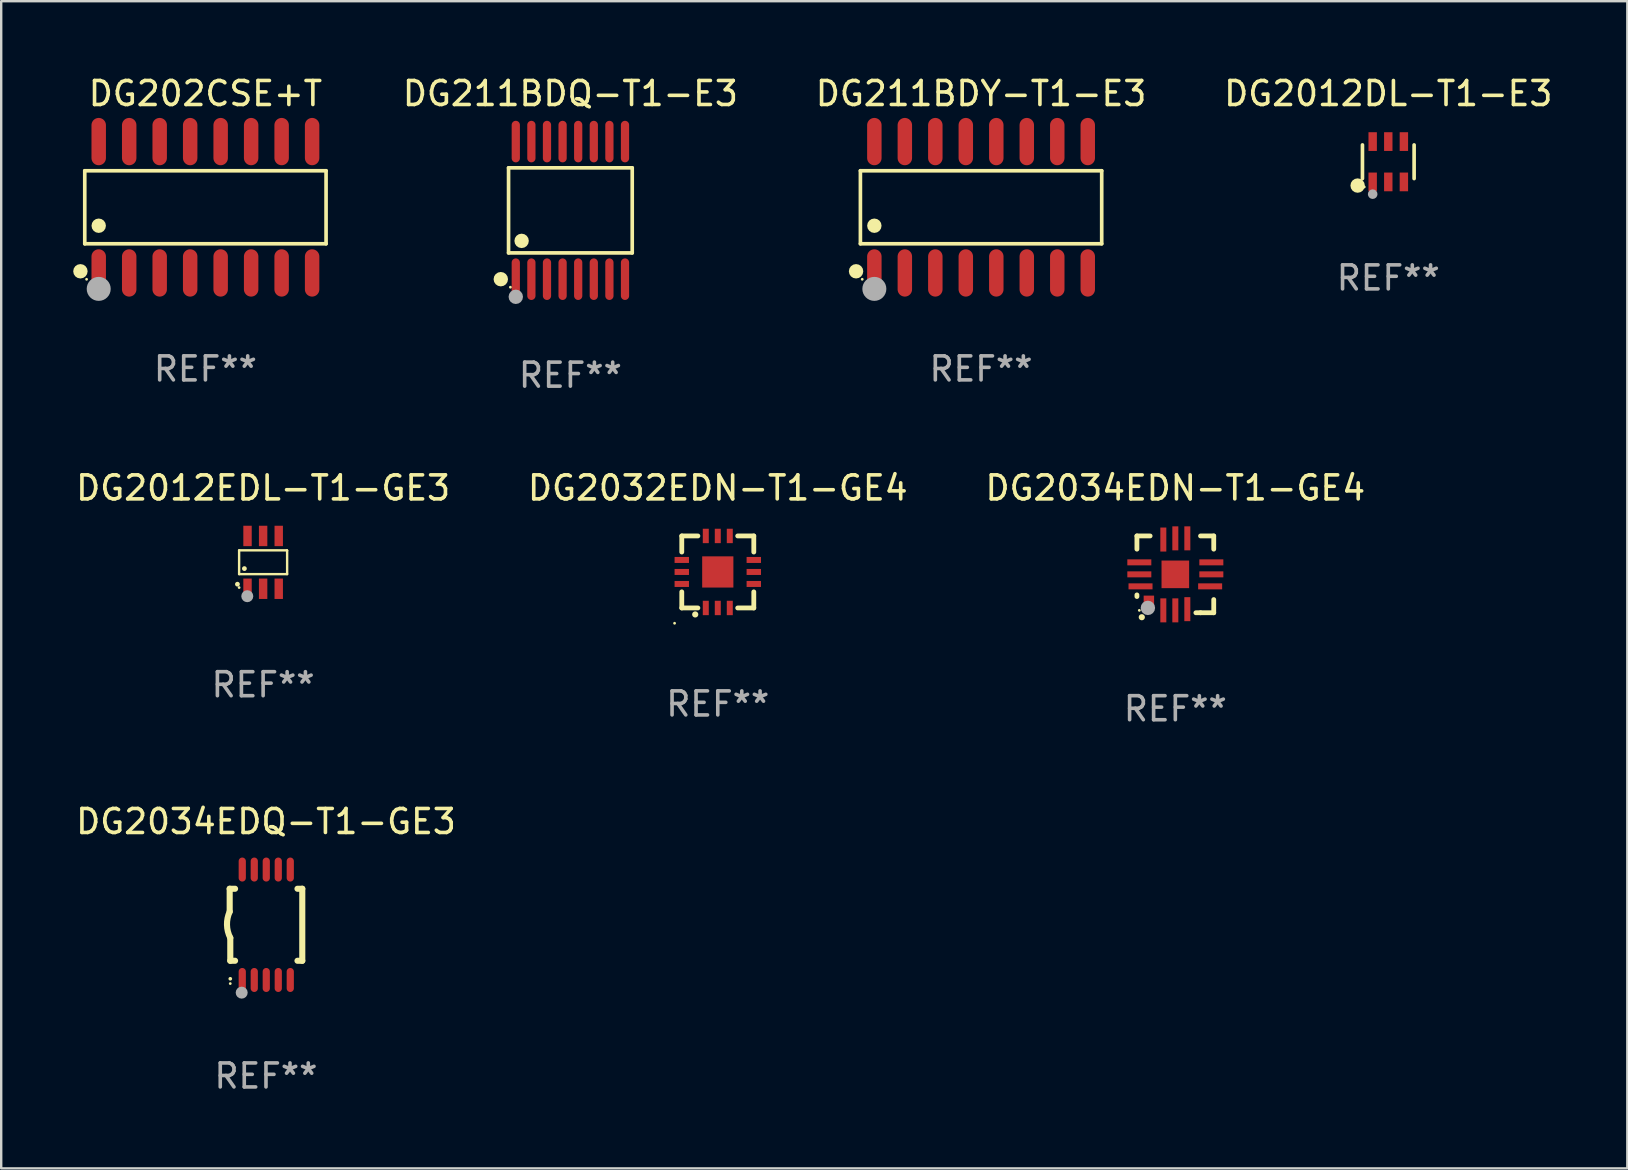
<source format=kicad_pcb>
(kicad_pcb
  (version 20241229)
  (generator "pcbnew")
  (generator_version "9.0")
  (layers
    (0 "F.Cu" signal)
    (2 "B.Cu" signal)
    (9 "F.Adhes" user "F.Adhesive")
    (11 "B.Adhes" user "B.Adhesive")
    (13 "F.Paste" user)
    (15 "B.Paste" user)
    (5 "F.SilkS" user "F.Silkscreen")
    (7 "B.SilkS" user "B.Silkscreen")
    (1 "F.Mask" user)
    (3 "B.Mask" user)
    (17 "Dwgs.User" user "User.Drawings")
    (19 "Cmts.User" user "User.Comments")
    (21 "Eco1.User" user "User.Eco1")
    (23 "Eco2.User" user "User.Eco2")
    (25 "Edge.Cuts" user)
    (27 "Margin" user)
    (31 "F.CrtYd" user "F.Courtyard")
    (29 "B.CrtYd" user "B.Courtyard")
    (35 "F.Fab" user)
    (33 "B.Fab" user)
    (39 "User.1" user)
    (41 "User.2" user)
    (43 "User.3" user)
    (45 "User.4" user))
  (footprint "DG2012DL-T1-E3"
    (layer "F.Cu")
    (at 54.782 3.688)
    (property "Reference" "DG2012DL-T1-E3" (at 0 -2.84 0) (layer "F.SilkS") (effects (font (size 1 1) (thickness 0.15))))
    (attr through_hole)
    (fp_line (start -1.076 0.701) (end -1.076 -0.701) (stroke (width 0.152) (type solid)) (layer "F.SilkS"))
    (fp_line (start 1.076 0.701) (end 1.076 -0.701) (stroke (width 0.152) (type solid)) (layer "F.SilkS"))
    (fp_circle (center -1.277 0.992) (end -1.127 0.992) (stroke (width 0.3) (type solid)) (fill no) (layer "F.SilkS"))
    (fp_circle (center -1 1.05) (end -0.97 1.05) (stroke (width 0.06) (type solid)) (fill no) (layer "F.SilkS"))
    (fp_circle (center -0.65 1.35) (end -0.55 1.35) (stroke (width 0.2) (type solid)) (fill no) (layer "F.Fab"))
    (fp_text user "REF**" (at 0 4.84 0) (layer "F.Fab") (effects (font (size 1 1) (thickness 0.15))))
    (pad "1" smd rect (at -0.65 0.84) (size 0.35 0.78) (layers "F.Cu" "F.Mask" "F.Paste"))
    (pad "2" smd rect (at 0 0.84) (size 0.35 0.78) (layers "F.Cu" "F.Mask" "F.Paste"))
    (pad "3" smd rect (at 0.65 0.84) (size 0.35 0.78) (layers "F.Cu" "F.Mask" "F.Paste"))
    (pad "4" smd rect (at 0.65 -0.84) (size 0.35 0.78) (layers "F.Cu" "F.Mask" "F.Paste"))
    (pad "5" smd rect (at 0 -0.84) (size 0.35 0.78) (layers "F.Cu" "F.Mask" "F.Paste"))
    (pad "6" smd rect (at -0.65 -0.84) (size 0.35 0.78) (layers "F.Cu" "F.Mask" "F.Paste")))
  (footprint "DG211BDY-T1-E3"
    (layer "F.Cu")
    (at 37.818 5.584)
    (property "Reference" "DG211BDY-T1-E3" (at 0 -4.736 0) (layer "F.SilkS") (effects (font (size 1 1) (thickness 0.15))))
    (attr through_hole)
    (fp_line (start -5.026 -1.521) (end 5.026 -1.521) (stroke (width 0.152) (type solid)) (layer "F.SilkS"))
    (fp_line (start -5.026 1.521) (end -5.026 -1.521) (stroke (width 0.152) (type solid)) (layer "F.SilkS"))
    (fp_line (start 5.026 -1.521) (end 5.026 1.521) (stroke (width 0.152) (type solid)) (layer "F.SilkS"))
    (fp_line (start 5.026 1.521) (end -5.026 1.521) (stroke (width 0.152) (type solid)) (layer "F.SilkS"))
    (fp_circle (center -5.207 2.667) (end -5.057 2.667) (stroke (width 0.3) (type solid)) (fill no) (layer "F.SilkS"))
    (fp_circle (center -4.95 3) (end -4.92 3) (stroke (width 0.06) (type solid)) (fill no) (layer "F.SilkS"))
    (fp_circle (center -4.445 0.769) (end -4.295 0.769) (stroke (width 0.3) (type solid)) (fill no) (layer "F.SilkS"))
    (fp_circle (center -4.445 3.4) (end -4.195 3.4) (stroke (width 0.5) (type solid)) (fill no) (layer "F.Fab"))
    (fp_text user "REF**" (at 0 6.736 0) (layer "F.Fab") (effects (font (size 1 1) (thickness 0.15))))
    (pad "1" smd oval (at -4.445 2.736) (size 0.602 1.971) (layers "F.Cu" "F.Mask" "F.Paste"))
    (pad "2" smd oval (at -3.175 2.736) (size 0.602 1.971) (layers "F.Cu" "F.Mask" "F.Paste"))
    (pad "3" smd oval (at -1.905 2.736) (size 0.602 1.971) (layers "F.Cu" "F.Mask" "F.Paste"))
    (pad "4" smd oval (at -0.635 2.736) (size 0.602 1.971) (layers "F.Cu" "F.Mask" "F.Paste"))
    (pad "5" smd oval (at 0.635 2.736) (size 0.602 1.971) (layers "F.Cu" "F.Mask" "F.Paste"))
    (pad "6" smd oval (at 1.905 2.736) (size 0.602 1.971) (layers "F.Cu" "F.Mask" "F.Paste"))
    (pad "7" smd oval (at 3.175 2.736) (size 0.602 1.971) (layers "F.Cu" "F.Mask" "F.Paste"))
    (pad "8" smd oval (at 4.445 2.736) (size 0.602 1.971) (layers "F.Cu" "F.Mask" "F.Paste"))
    (pad "9" smd oval (at 4.445 -2.736) (size 0.602 1.971) (layers "F.Cu" "F.Mask" "F.Paste"))
    (pad "10" smd oval (at 3.175 -2.736) (size 0.602 1.971) (layers "F.Cu" "F.Mask" "F.Paste"))
    (pad "11" smd oval (at 1.905 -2.736) (size 0.602 1.971) (layers "F.Cu" "F.Mask" "F.Paste"))
    (pad "12" smd oval (at 0.635 -2.736) (size 0.602 1.971) (layers "F.Cu" "F.Mask" "F.Paste"))
    (pad "13" smd oval (at -0.635 -2.736) (size 0.602 1.971) (layers "F.Cu" "F.Mask" "F.Paste"))
    (pad "14" smd oval (at -1.905 -2.736) (size 0.602 1.971) (layers "F.Cu" "F.Mask" "F.Paste"))
    (pad "15" smd oval (at -3.175 -2.736) (size 0.602 1.971) (layers "F.Cu" "F.Mask" "F.Paste"))
    (pad "16" smd oval (at -4.445 -2.736) (size 0.602 1.971) (layers "F.Cu" "F.Mask" "F.Paste")))
  (footprint "DG2032EDN-T1-GE4"
    (layer "F.Cu")
    (at 26.851 20.776)
    (property "Reference" "DG2032EDN-T1-GE4" (at 0 -3.5 0) (layer "F.SilkS") (effects (font (size 1 1) (thickness 0.15))))
    (attr through_hole)
    (fp_line (start -1.5 -1.5) (end -0.829 -1.5) (stroke (width 0.2) (type solid)) (layer "F.SilkS"))
    (fp_line (start -1.5 -0.829) (end -1.5 -1.5) (stroke (width 0.2) (type solid)) (layer "F.SilkS"))
    (fp_line (start -1.5 1.5) (end -1.5 0.829) (stroke (width 0.2) (type solid)) (layer "F.SilkS"))
    (fp_line (start -0.829 1.5) (end -1.5 1.5) (stroke (width 0.2) (type solid)) (layer "F.SilkS"))
    (fp_line (start 0.829 -1.5) (end 1.5 -1.5) (stroke (width 0.2) (type solid)) (layer "F.SilkS"))
    (fp_line (start 1.5 -1.5) (end 1.5 -0.829) (stroke (width 0.2) (type solid)) (layer "F.SilkS"))
    (fp_line (start 1.5 0.829) (end 1.5 1.5) (stroke (width 0.2) (type solid)) (layer "F.SilkS"))
    (fp_line (start 1.5 1.5) (end 0.829 1.5) (stroke (width 0.2) (type solid)) (layer "F.SilkS"))
    (fp_arc (start -0.941275 1.770003) (mid -0.940005 1.769996) (end -0.938735 1.770003) (stroke (width 0.254001) (type solid)) (layer "F.SilkS"))
    (fp_circle (center -1.8 2.137) (end -1.77 2.137) (stroke (width 0.06) (type solid)) (fill no) (layer "F.SilkS"))
    (fp_text user "REF**" (at 0 5.5 0) (layer "F.Fab") (effects (font (size 1 1) (thickness 0.15))))
    (pad "1" smd rect (at -0.5 1.5 90) (size 0.6 0.25) (layers "F.Cu" "F.Mask" "F.Paste"))
    (pad "2" smd rect (at -0.000127 1.5 90) (size 0.6 0.25) (layers "F.Cu" "F.Mask" "F.Paste"))
    (pad "3" smd rect (at 0.5 1.5 90) (size 0.6 0.25) (layers "F.Cu" "F.Mask" "F.Paste"))
    (pad "4" smd rect (at 1.5 0.5 180) (size 0.6 0.25) (layers "F.Cu" "F.Mask" "F.Paste"))
    (pad "5" smd rect (at 1.5 -0.000127 180) (size 0.6 0.25) (layers "F.Cu" "F.Mask" "F.Paste"))
    (pad "6" smd rect (at 1.5 -0.5 180) (size 0.6 0.25) (layers "F.Cu" "F.Mask" "F.Paste"))
    (pad "7" smd rect (at 0.5 -1.5 270) (size 0.6 0.25) (layers "F.Cu" "F.Mask" "F.Paste"))
    (pad "8" smd rect (at -0.000127 -1.5 270) (size 0.6 0.25) (layers "F.Cu" "F.Mask" "F.Paste"))
    (pad "9" smd rect (at -0.5 -1.5 270) (size 0.6 0.25) (layers "F.Cu" "F.Mask" "F.Paste"))
    (pad "10" smd rect (at -1.5 -0.5) (size 0.6 0.25) (layers "F.Cu" "F.Mask" "F.Paste"))
    (pad "11" smd rect (at -1.5 -0.000127) (size 0.6 0.25) (layers "F.Cu" "F.Mask" "F.Paste"))
    (pad "12" smd rect (at -1.5 0.5) (size 0.6 0.25) (layers "F.Cu" "F.Mask" "F.Paste"))
    (pad "13" smd rect (at -0.000127 -0.000127 90) (size 1.3 1.3) (layers "F.Cu" "F.Mask" "F.Paste")))
  (footprint "DG211BDQ-T1-E3"
    (layer "F.Cu")
    (at 20.711 5.714)
    (property "Reference" "DG211BDQ-T1-E3" (at 0 -4.866 0) (layer "F.SilkS") (effects (font (size 1 1) (thickness 0.15))))
    (attr through_hole)
    (fp_line (start -2.576 -1.772) (end 2.576 -1.772) (stroke (width 0.152) (type solid)) (layer "F.SilkS"))
    (fp_line (start -2.576 1.771) (end -2.576 -1.772) (stroke (width 0.152) (type solid)) (layer "F.SilkS"))
    (fp_line (start 2.576 -1.772) (end 2.576 1.771) (stroke (width 0.152) (type solid)) (layer "F.SilkS"))
    (fp_line (start 2.576 1.771) (end -2.576 1.771) (stroke (width 0.152) (type solid)) (layer "F.SilkS"))
    (fp_circle (center -2.899 2.866) (end -2.749 2.866) (stroke (width 0.3) (type solid)) (fill no) (layer "F.SilkS"))
    (fp_circle (center -2.5 3.2) (end -2.47 3.2) (stroke (width 0.06) (type solid)) (fill no) (layer "F.SilkS"))
    (fp_circle (center -2.032 1.27) (end -1.882 1.27) (stroke (width 0.3) (type solid)) (fill no) (layer "F.SilkS"))
    (fp_circle (center -2.275 3.6) (end -2.125 3.6) (stroke (width 0.3) (type solid)) (fill no) (layer "F.Fab"))
    (fp_text user "REF**" (at 0 6.866 0) (layer "F.Fab") (effects (font (size 1 1) (thickness 0.15))))
    (pad "1" smd oval (at -2.275 2.866) (size 0.343 1.731) (layers "F.Cu" "F.Mask" "F.Paste"))
    (pad "2" smd oval (at -1.625 2.866) (size 0.343 1.731) (layers "F.Cu" "F.Mask" "F.Paste"))
    (pad "3" smd oval (at -0.975 2.866) (size 0.343 1.731) (layers "F.Cu" "F.Mask" "F.Paste"))
    (pad "4" smd oval (at -0.325 2.866) (size 0.343 1.731) (layers "F.Cu" "F.Mask" "F.Paste"))
    (pad "5" smd oval (at 0.325 2.866) (size 0.343 1.731) (layers "F.Cu" "F.Mask" "F.Paste"))
    (pad "6" smd oval (at 0.975 2.866) (size 0.343 1.731) (layers "F.Cu" "F.Mask" "F.Paste"))
    (pad "7" smd oval (at 1.625 2.866) (size 0.343 1.731) (layers "F.Cu" "F.Mask" "F.Paste"))
    (pad "8" smd oval (at 2.275 2.866) (size 0.343 1.731) (layers "F.Cu" "F.Mask" "F.Paste"))
    (pad "9" smd oval (at 2.275 -2.866) (size 0.343 1.731) (layers "F.Cu" "F.Mask" "F.Paste"))
    (pad "10" smd oval (at 1.625 -2.866) (size 0.343 1.731) (layers "F.Cu" "F.Mask" "F.Paste"))
    (pad "11" smd oval (at 0.975 -2.866) (size 0.343 1.731) (layers "F.Cu" "F.Mask" "F.Paste"))
    (pad "12" smd oval (at 0.325 -2.866) (size 0.343 1.731) (layers "F.Cu" "F.Mask" "F.Paste"))
    (pad "13" smd oval (at -0.325 -2.866) (size 0.343 1.731) (layers "F.Cu" "F.Mask" "F.Paste"))
    (pad "14" smd oval (at -0.975 -2.866) (size 0.343 1.731) (layers "F.Cu" "F.Mask" "F.Paste"))
    (pad "15" smd oval (at -1.625 -2.866) (size 0.343 1.731) (layers "F.Cu" "F.Mask" "F.Paste"))
    (pad "16" smd oval (at -2.275 -2.866) (size 0.343 1.731) (layers "F.Cu" "F.Mask" "F.Paste")))
  (footprint "DG2012EDL-T1-GE3"
    (layer "F.Cu")
    (at 7.911 20.376)
    (property "Reference" "DG2012EDL-T1-GE3" (at 0 -3.1 0) (layer "F.SilkS") (effects (font (size 1 1) (thickness 0.15))))
    (attr through_hole)
    (fp_line (start -1 -0.5) (end -1 0.49) (stroke (width 0.1) (type solid)) (layer "F.SilkS"))
    (fp_line (start -1 0.49) (end 1 0.49) (stroke (width 0.1) (type solid)) (layer "F.SilkS"))
    (fp_line (start 0.99 -0.5) (end -1 -0.5) (stroke (width 0.1) (type solid)) (layer "F.SilkS"))
    (fp_line (start 1 -0.49) (end 0.99 -0.5) (stroke (width 0.1) (type solid)) (layer "F.SilkS"))
    (fp_line (start 1 0.49) (end 1 -0.49) (stroke (width 0.1) (type solid)) (layer "F.SilkS"))
    (fp_circle (center -1.07 0.91) (end -1.02 0.91) (stroke (width 0.1) (type solid)) (fill no) (layer "F.SilkS"))
    (fp_circle (center -1 1.05) (end -0.97 1.05) (stroke (width 0.06) (type solid)) (fill no) (layer "F.SilkS"))
    (fp_circle (center -0.78 0.26) (end -0.73 0.26) (stroke (width 0.1) (type solid)) (fill no) (layer "F.SilkS"))
    (fp_circle (center -0.66 1.41) (end -0.535 1.41) (stroke (width 0.25) (type solid)) (fill no) (layer "F.Fab"))
    (fp_text user "REF**" (at 0 5.1 0) (layer "F.Fab") (effects (font (size 1 1) (thickness 0.15))))
    (pad "1" smd rect (at -0.65 1.1) (size 0.35 0.85) (layers "F.Cu" "F.Mask" "F.Paste"))
    (pad "2" smd rect (at 0 1.1) (size 0.35 0.85) (layers "F.Cu" "F.Mask" "F.Paste"))
    (pad "3" smd rect (at 0.65 1.1) (size 0.35 0.85) (layers "F.Cu" "F.Mask" "F.Paste"))
    (pad "4" smd rect (at 0.65 -1.1) (size 0.35 0.85) (layers "F.Cu" "F.Mask" "F.Paste"))
    (pad "5" smd rect (at 0 -1.1) (size 0.35 0.85) (layers "F.Cu" "F.Mask" "F.Paste"))
    (pad "6" smd rect (at -0.65 -1.1) (size 0.35 0.85) (layers "F.Cu" "F.Mask" "F.Paste")))
  (footprint "DG2034EDN-T1-GE4"
    (layer "F.Cu")
    (at 45.911 20.876)
    (property "Reference" "DG2034EDN-T1-GE4" (at 0 -3.6 0) (layer "F.SilkS") (effects (font (size 1 1) (thickness 0.15))))
    (attr through_hole)
    (fp_line (start -1.6 -1.6) (end -1.6 -1.05) (stroke (width 0.2) (type solid)) (layer "F.SilkS"))
    (fp_line (start -1.6 0.856) (end -1.6 0.924) (stroke (width 0.2) (type solid)) (layer "F.SilkS"))
    (fp_line (start -1.05 -1.6) (end -1.6 -1.6) (stroke (width 0.2) (type solid)) (layer "F.SilkS"))
    (fp_line (start 0.856 1.6) (end 1.05 1.6) (stroke (width 0.2) (type solid)) (layer "F.SilkS"))
    (fp_line (start 1.05 1.6) (end 1.6 1.6) (stroke (width 0.2) (type solid)) (layer "F.SilkS"))
    (fp_line (start 1.6 -1.6) (end 1.05 -1.6) (stroke (width 0.2) (type solid)) (layer "F.SilkS"))
    (fp_line (start 1.6 -1.05) (end 1.6 -1.6) (stroke (width 0.2) (type solid)) (layer "F.SilkS"))
    (fp_line (start 1.6 1.6) (end 1.6 1.05) (stroke (width 0.2) (type solid)) (layer "F.SilkS"))
    (fp_arc (start -1.398171 1.785052) (mid -1.396901 1.785045) (end -1.395631 1.785052) (stroke (width 0.254001) (type solid)) (layer "F.SilkS"))
    (fp_circle (center -1.5 1.5) (end -1.47 1.5) (stroke (width 0.06) (type solid)) (fill no) (layer "F.SilkS"))
    (fp_circle (center -1.143 1.397) (end -0.993 1.397) (stroke (width 0.3) (type solid)) (fill no) (layer "F.Fab"))
    (fp_text user "REF**" (at 0 5.6 0) (layer "F.Fab") (effects (font (size 1 1) (thickness 0.15))))
    (pad "0" smd rect (at -1.102 1.103 90) (size 0.435 0.435) (layers "F.Cu" "F.Mask" "F.Paste"))
    (pad "1" smd rect (at -0.5 1.5 90) (size 1 0.25) (layers "F.Cu" "F.Mask" "F.Paste"))
    (pad "2" smd rect (at 0 1.5 90) (size 1 0.25) (layers "F.Cu" "F.Mask" "F.Paste"))
    (pad "3" smd rect (at 0.5 1.45 90) (size 1 0.25) (layers "F.Cu" "F.Mask" "F.Paste"))
    (pad "4" smd rect (at 1.45 0.5 180) (size 1 0.25) (layers "F.Cu" "F.Mask" "F.Paste"))
    (pad "5" smd rect (at 1.5 -0.000064 180) (size 1 0.25) (layers "F.Cu" "F.Mask" "F.Paste"))
    (pad "6" smd rect (at 1.5 -0.5 180) (size 1 0.25) (layers "F.Cu" "F.Mask" "F.Paste"))
    (pad "7" smd rect (at 0.5 -1.5 270) (size 1 0.25) (layers "F.Cu" "F.Mask" "F.Paste"))
    (pad "8" smd rect (at 0 -1.5 270) (size 1 0.25) (layers "F.Cu" "F.Mask" "F.Paste"))
    (pad "9" smd rect (at -0.5 -1.45 270) (size 1 0.25) (layers "F.Cu" "F.Mask" "F.Paste"))
    (pad "10" smd rect (at -1.5 -0.5) (size 1 0.25) (layers "F.Cu" "F.Mask" "F.Paste"))
    (pad "11" smd rect (at -1.5 -0.000064) (size 1 0.25) (layers "F.Cu" "F.Mask" "F.Paste"))
    (pad "12" smd rect (at -1.45 0.5) (size 1 0.25) (layers "F.Cu" "F.Mask" "F.Paste"))
    (pad "13" smd rect (at 0 -0.000064 90) (size 1.15 1.15) (layers "F.Cu" "F.Mask" "F.Paste")))
  (footprint "DG202CSE+T"
    (layer "F.Cu")
    (at 5.507 5.584)
    (property "Reference" "DG202CSE+T" (at 0 -4.736 0) (layer "F.SilkS") (effects (font (size 1 1) (thickness 0.15))))
    (attr through_hole)
    (fp_line (start -5.026 -1.521) (end 5.026 -1.521) (stroke (width 0.152) (type solid)) (layer "F.SilkS"))
    (fp_line (start -5.026 1.521) (end -5.026 -1.521) (stroke (width 0.152) (type solid)) (layer "F.SilkS"))
    (fp_line (start 5.026 -1.521) (end 5.026 1.521) (stroke (width 0.152) (type solid)) (layer "F.SilkS"))
    (fp_line (start 5.026 1.521) (end -5.026 1.521) (stroke (width 0.152) (type solid)) (layer "F.SilkS"))
    (fp_circle (center -5.207 2.667) (end -5.057 2.667) (stroke (width 0.3) (type solid)) (fill no) (layer "F.SilkS"))
    (fp_circle (center -4.95 3) (end -4.92 3) (stroke (width 0.06) (type solid)) (fill no) (layer "F.SilkS"))
    (fp_circle (center -4.445 0.769) (end -4.295 0.769) (stroke (width 0.3) (type solid)) (fill no) (layer "F.SilkS"))
    (fp_circle (center -4.445 3.4) (end -4.195 3.4) (stroke (width 0.5) (type solid)) (fill no) (layer "F.Fab"))
    (fp_text user "REF**" (at 0 6.736 0) (layer "F.Fab") (effects (font (size 1 1) (thickness 0.15))))
    (pad "1" smd oval (at -4.445 2.736) (size 0.602 1.971) (layers "F.Cu" "F.Mask" "F.Paste"))
    (pad "2" smd oval (at -3.175 2.736) (size 0.602 1.971) (layers "F.Cu" "F.Mask" "F.Paste"))
    (pad "3" smd oval (at -1.905 2.736) (size 0.602 1.971) (layers "F.Cu" "F.Mask" "F.Paste"))
    (pad "4" smd oval (at -0.635 2.736) (size 0.602 1.971) (layers "F.Cu" "F.Mask" "F.Paste"))
    (pad "5" smd oval (at 0.635 2.736) (size 0.602 1.971) (layers "F.Cu" "F.Mask" "F.Paste"))
    (pad "6" smd oval (at 1.905 2.736) (size 0.602 1.971) (layers "F.Cu" "F.Mask" "F.Paste"))
    (pad "7" smd oval (at 3.175 2.736) (size 0.602 1.971) (layers "F.Cu" "F.Mask" "F.Paste"))
    (pad "8" smd oval (at 4.445 2.736) (size 0.602 1.971) (layers "F.Cu" "F.Mask" "F.Paste"))
    (pad "9" smd oval (at 4.445 -2.736) (size 0.602 1.971) (layers "F.Cu" "F.Mask" "F.Paste"))
    (pad "10" smd oval (at 3.175 -2.736) (size 0.602 1.971) (layers "F.Cu" "F.Mask" "F.Paste"))
    (pad "11" smd oval (at 1.905 -2.736) (size 0.602 1.971) (layers "F.Cu" "F.Mask" "F.Paste"))
    (pad "12" smd oval (at 0.635 -2.736) (size 0.602 1.971) (layers "F.Cu" "F.Mask" "F.Paste"))
    (pad "13" smd oval (at -0.635 -2.736) (size 0.602 1.971) (layers "F.Cu" "F.Mask" "F.Paste"))
    (pad "14" smd oval (at -1.905 -2.736) (size 0.602 1.971) (layers "F.Cu" "F.Mask" "F.Paste"))
    (pad "15" smd oval (at -3.175 -2.736) (size 0.602 1.971) (layers "F.Cu" "F.Mask" "F.Paste"))
    (pad "16" smd oval (at -4.445 -2.736) (size 0.602 1.971) (layers "F.Cu" "F.Mask" "F.Paste")))
  (footprint "DG2034EDQ-T1-GE3"
    (layer "F.Cu")
    (at 8.03 35.473)
    (property "Reference" "DG2034EDQ-T1-GE3" (at 0 -4.3 0) (layer "F.SilkS") (effects (font (size 1 1) (thickness 0.15))))
    (attr through_hole)
    (fp_line (start -1.512 -1.5) (end -1.512 -0.546) (stroke (width 0.254) (type solid)) (layer "F.SilkS"))
    (fp_line (start -1.487 0.546) (end -1.487 1.5) (stroke (width 0.254) (type solid)) (layer "F.SilkS"))
    (fp_line (start -1.288 -1.5) (end -1.512 -1.5) (stroke (width 0.254) (type solid)) (layer "F.SilkS"))
    (fp_line (start -1.288 1.5) (end -1.487 1.5) (stroke (width 0.254) (type solid)) (layer "F.SilkS"))
    (fp_line (start 1.512 -1.5) (end 1.312 -1.5) (stroke (width 0.254) (type solid)) (layer "F.SilkS"))
    (fp_line (start 1.512 -1.5) (end 1.512 1.5) (stroke (width 0.254) (type solid)) (layer "F.SilkS"))
    (fp_line (start 1.512 1.5) (end 1.312 1.5) (stroke (width 0.254) (type solid)) (layer "F.SilkS"))
    (fp_arc (start -1.487998 2.250013) (mid -1.486728 2.250007) (end -1.485458 2.250013) (stroke (width 0.150013) (type solid)) (layer "F.SilkS"))
    (fp_arc (start -1.486602 0.546102) (mid -1.624196 0.002905) (end -1.512002 -0.546101) (stroke (width 0.254001) (type solid)) (layer "F.SilkS"))
    (fp_circle (center -1.488 2.45) (end -1.458 2.45) (stroke (width 0.06) (type solid)) (fill no) (layer "F.SilkS"))
    (fp_circle (center -1.012 2.828) (end -0.887 2.828) (stroke (width 0.25) (type solid)) (fill no) (layer "F.Fab"))
    (fp_text user "REF**" (at 0 6.3 0) (layer "F.Fab") (effects (font (size 1 1) (thickness 0.15))))
    (pad "1" smd oval (at -0.988 2.3) (size 0.3 1) (layers "F.Cu" "F.Mask" "F.Paste"))
    (pad "2" smd oval (at -0.488 2.3) (size 0.3 1) (layers "F.Cu" "F.Mask" "F.Paste"))
    (pad "3" smd oval (at 0.012 2.3) (size 0.3 1) (layers "F.Cu" "F.Mask" "F.Paste"))
    (pad "4" smd oval (at 0.512 2.3) (size 0.3 1) (layers "F.Cu" "F.Mask" "F.Paste"))
    (pad "5" smd oval (at 1.012 2.3) (size 0.3 1) (layers "F.Cu" "F.Mask" "F.Paste"))
    (pad "6" smd oval (at 1.012 -2.3) (size 0.3 1) (layers "F.Cu" "F.Mask" "F.Paste"))
    (pad "7" smd oval (at 0.512 -2.3) (size 0.3 1) (layers "F.Cu" "F.Mask" "F.Paste"))
    (pad "8" smd oval (at 0.012 -2.3) (size 0.3 1) (layers "F.Cu" "F.Mask" "F.Paste"))
    (pad "9" smd oval (at -0.488 -2.3) (size 0.3 1) (layers "F.Cu" "F.Mask" "F.Paste"))
    (pad "10" smd oval (at -0.988 -2.3) (size 0.3 1) (layers "F.Cu" "F.Mask" "F.Paste")))
  (gr_rect
    (start -3 -3)
    (end 64.74 45.621)
    (stroke (width 0.1) (type default))
    (fill no)
    (layer "Edge.Cuts")))
</source>
